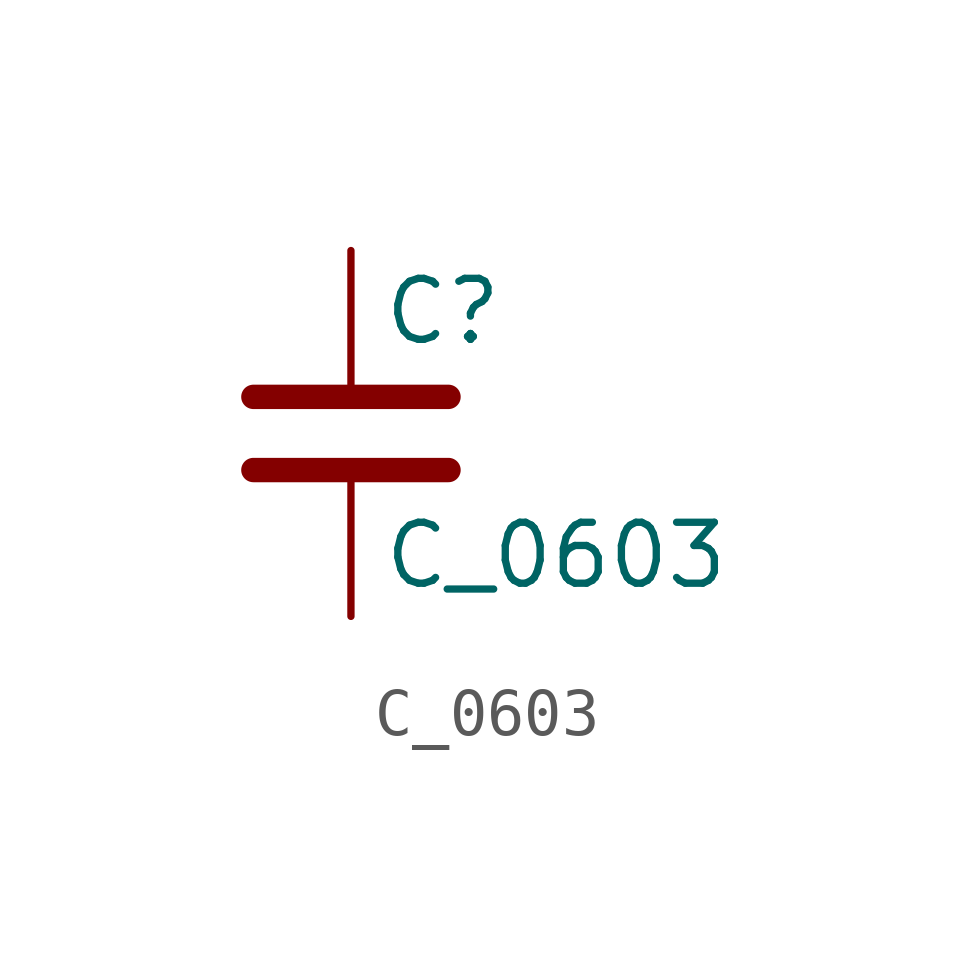
<source format=kicad_sym>
(kicad_symbol_lib
  (version 20231120)
  (generator "kicad_symbol_editor")
  (generator_version "8.0")
  (symbol "C_0603"
    (pin_numbers hide)
    (pin_names
      (offset 0.254))
    (property "Reference" "C"
      (at 0.635 2.54 0)
      (effects (font (size 1.27 1.27)) (justify left)))
    (property "Value" "C_0603"
      (at 0.635 -2.54 0)
      (effects (font (size 1.27 1.27)) (justify left)))
    (symbol "C_0603_0_1"
      (polyline (pts (xy -2.032 -0.762) (xy 2.032 -0.762)) (stroke (width 0.508) (type default)) (fill (type none)))
      (polyline (pts (xy -2.032 0.762) (xy 2.032 0.762)) (stroke (width 0.508) (type default)) (fill (type none))))
    (symbol "C_0603_1_1"
      (pin passive line (at 0 3.81 270) (length 2.794) (name "~" (effects (font (size 1.27 1.27)))) (number "1" (effects (font (size 1.27 1.27)))))
      (pin passive line (at 0 -3.81 90) (length 2.794) (name "~" (effects (font (size 1.27 1.27)))) (number "2" (effects (font (size 1.27 1.27))))))))
</source>
